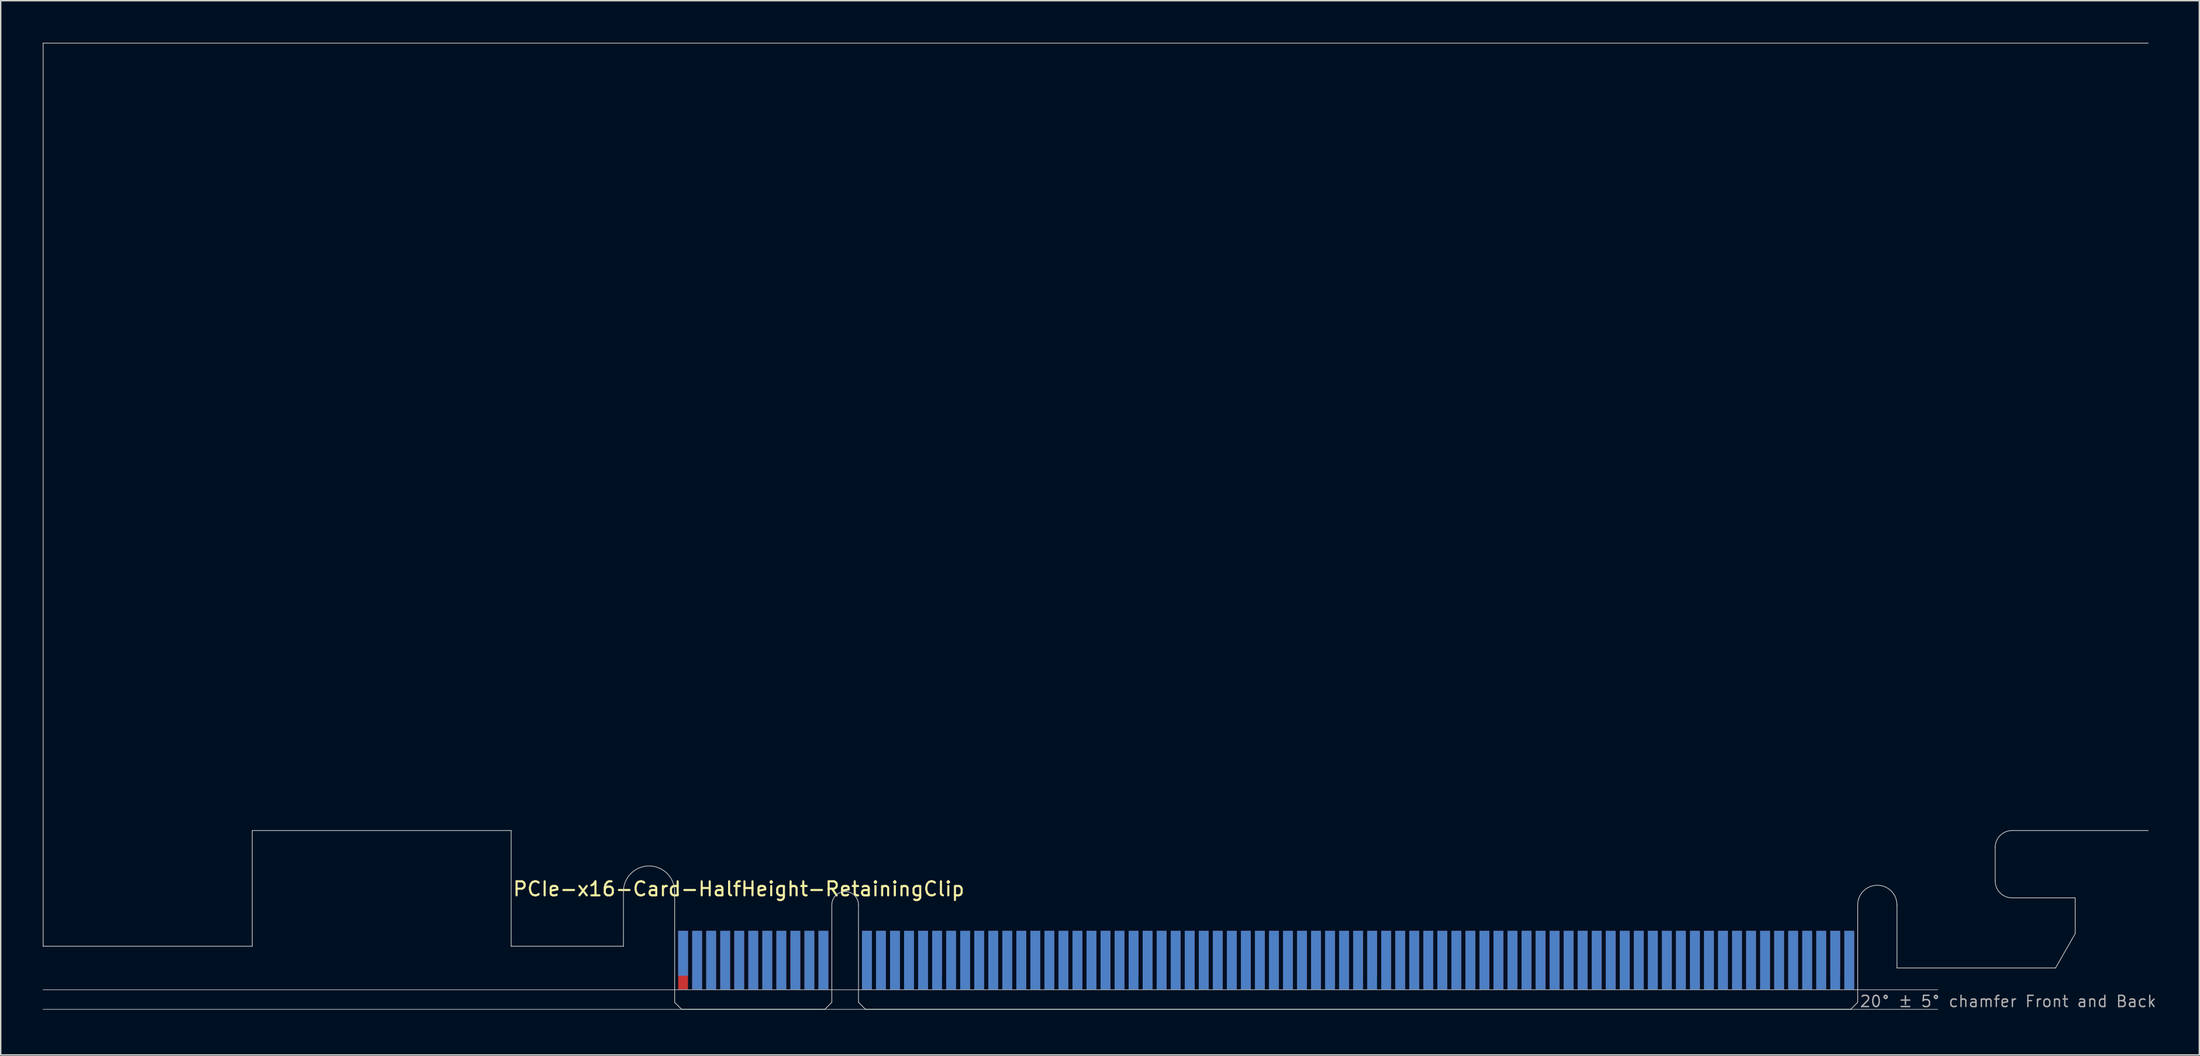
<source format=kicad_pcb>
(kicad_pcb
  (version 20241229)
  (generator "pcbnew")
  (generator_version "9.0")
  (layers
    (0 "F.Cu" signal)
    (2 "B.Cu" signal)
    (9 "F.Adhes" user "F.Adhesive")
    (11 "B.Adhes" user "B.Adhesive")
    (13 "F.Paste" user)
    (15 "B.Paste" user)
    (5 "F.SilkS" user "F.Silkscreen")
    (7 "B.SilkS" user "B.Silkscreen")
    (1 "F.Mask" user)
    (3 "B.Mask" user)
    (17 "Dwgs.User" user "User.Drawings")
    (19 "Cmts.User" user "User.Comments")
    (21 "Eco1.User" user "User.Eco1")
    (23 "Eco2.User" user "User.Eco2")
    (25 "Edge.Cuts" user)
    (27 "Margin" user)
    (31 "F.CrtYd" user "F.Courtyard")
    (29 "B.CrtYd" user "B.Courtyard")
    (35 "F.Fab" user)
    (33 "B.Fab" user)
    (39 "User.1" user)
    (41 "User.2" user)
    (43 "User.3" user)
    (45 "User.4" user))
  (footprint "PCIe-x16-Card-HalfHeight-RetainingClip"
    (layer "F.Cu")
    (at 45.025 68.925)
    (property "Reference" "PCIe-x16-Card-HalfHeight-RetainingClip" (at -11.6 -8 0) (layer "F.SilkS") (effects (font (size 1 1) (thickness 0.15)) (justify left bottom)))
    (attr exclude_from_pos_files exclude_from_bom)
    (fp_poly (pts (xy -3.65 -4.5) (xy -11.65 -4.5) (xy -11.65 -7.95) (xy -3.65 -7.95)) (stroke (width 0.1) (type solid)) (fill yes) (layer "F.Mask"))
    (fp_poly (pts (xy 11.2 -5.45) (xy 0 -5.45) (xy 0 0) (xy 11.2 0)) (stroke (width 0.1) (type solid)) (fill yes) (layer "F.Mask"))
    (fp_poly (pts (xy 84.3 -5.45) (xy 13.1 -5.45) (xy 13.1 0) (xy 84.3 0)) (stroke (width 0.1) (type solid)) (fill yes) (layer "F.Mask"))
    (fp_poly (pts (xy 99.8 -5.4) (xy 98.4 -2.95) (xy 87.1 -2.95) (xy 87.1 -7.95) (xy 99.8 -7.95)) (stroke (width 0.1) (type solid)) (fill yes) (layer "F.Mask"))
    (fp_poly (pts (xy -3.65 -7.95) (xy -11.65 -7.95) (xy -11.65 -4.5) (xy -3.65 -4.5)) (stroke (width 0.1) (type solid)) (fill yes) (layer "B.Mask"))
    (fp_poly (pts (xy 11.2 0) (xy 0 0) (xy 0 -5.45) (xy 11.2 -5.45)) (stroke (width 0.1) (type solid)) (fill yes) (layer "B.Mask"))
    (fp_poly (pts (xy 84.3 -5.45) (xy 13.1 -5.45) (xy 13.1 0) (xy 84.3 0)) (stroke (width 0.1) (type solid)) (fill yes) (layer "B.Mask"))
    (fp_poly (pts (xy 99.8 -5.4) (xy 98.4 -2.95) (xy 87.1 -2.95) (xy 87.1 -7.95) (xy 99.8 -7.95)) (stroke (width 0.1) (type solid)) (fill yes) (layer "B.Mask"))
    (fp_line (start -45 -68.9) (end 105 -68.9) (stroke (width 0.05) (type solid)) (layer "Edge.Cuts"))
    (fp_line (start -45 -4.5) (end -45 -68.9) (stroke (width 0.05) (type solid)) (layer "Edge.Cuts"))
    (fp_line (start -30.1 -12.75) (end -30.1 -4.5) (stroke (width 0.05) (type solid)) (layer "Edge.Cuts"))
    (fp_line (start -30.1 -4.5) (end -45 -4.5) (stroke (width 0.05) (type solid)) (layer "Edge.Cuts"))
    (fp_line (start -11.65 -12.75) (end -30.1 -12.75) (stroke (width 0.05) (type solid)) (layer "Edge.Cuts"))
    (fp_line (start -11.65 -4.5) (end -11.65 -12.75) (stroke (width 0.05) (type solid)) (layer "Edge.Cuts"))
    (fp_line (start -3.65 -4.5) (end -11.65 -4.5) (stroke (width 0.05) (type solid)) (layer "Edge.Cuts"))
    (fp_line (start -3.65 -4.5) (end -3.65 -8.4) (stroke (width 0.05) (type solid)) (layer "Edge.Cuts"))
    (fp_line (start 0 -0.5) (end 0 -8.4) (stroke (width 0.05) (type solid)) (layer "Edge.Cuts"))
    (fp_line (start 0.5 0) (end 0 -0.5) (stroke (width 0.05) (type solid)) (layer "Edge.Cuts"))
    (fp_line (start 0.5 0) (end 10.7 0) (stroke (width 0.05) (type solid)) (layer "Edge.Cuts"))
    (fp_line (start 10.7 0) (end 11.2 -0.5) (stroke (width 0.05) (type solid)) (layer "Edge.Cuts"))
    (fp_line (start 11.2 -0.5) (end 11.2 -7.45) (stroke (width 0.05) (type solid)) (layer "Edge.Cuts"))
    (fp_line (start 13.1 -0.5) (end 13.1 -7.45) (stroke (width 0.05) (type solid)) (layer "Edge.Cuts"))
    (fp_line (start 13.6 0) (end 13.1 -0.5) (stroke (width 0.05) (type solid)) (layer "Edge.Cuts"))
    (fp_line (start 83.8 0) (end 13.6 0) (stroke (width 0.05) (type solid)) (layer "Edge.Cuts"))
    (fp_line (start 83.8 0) (end 84.3 -0.5) (stroke (width 0.05) (type solid)) (layer "Edge.Cuts"))
    (fp_line (start 84.3 -0.5) (end 84.3 -7.45) (stroke (width 0.05) (type solid)) (layer "Edge.Cuts"))
    (fp_line (start 87.1 -7.45) (end 87.1 -2.95) (stroke (width 0.05) (type solid)) (layer "Edge.Cuts"))
    (fp_line (start 87.1 -2.95) (end 98.4 -2.95) (stroke (width 0.05) (type solid)) (layer "Edge.Cuts"))
    (fp_line (start 94.1 -11.55) (end 94.1 -9.15) (stroke (width 0.05) (type solid)) (layer "Edge.Cuts"))
    (fp_line (start 95.3 -12.75) (end 105 -12.75) (stroke (width 0.05) (type solid)) (layer "Edge.Cuts"))
    (fp_line (start 98.4 -2.95) (end 99.8 -5.4) (stroke (width 0.05) (type solid)) (layer "Edge.Cuts"))
    (fp_line (start 99.8 -7.95) (end 95.3 -7.95) (stroke (width 0.05) (type solid)) (layer "Edge.Cuts"))
    (fp_line (start 99.8 -5.4) (end 99.8 -7.95) (stroke (width 0.05) (type solid)) (layer "Edge.Cuts"))
    (fp_arc (start -3.65 -8.4) (mid -1.825 -10.225) (end 0 -8.4) (stroke (width 0.05) (type solid)) (layer "Edge.Cuts"))
    (fp_arc (start 11.2 -7.45) (mid 12.15 -8.4) (end 13.1 -7.45) (stroke (width 0.05) (type solid)) (layer "Edge.Cuts"))
    (fp_arc (start 84.3 -7.45) (mid 85.7 -8.85) (end 87.1 -7.45) (stroke (width 0.05) (type solid)) (layer "Edge.Cuts"))
    (fp_arc (start 94.1 -11.55) (mid 94.451472 -12.398528) (end 95.3 -12.75) (stroke (width 0.05) (type solid)) (layer "Edge.Cuts"))
    (fp_arc (start 95.3 -7.95) (mid 94.451472 -8.301472) (end 94.1 -9.15) (stroke (width 0.05) (type solid)) (layer "Edge.Cuts"))
    (fp_line (start -45 -1.4) (end 90 -1.4) (stroke (width 0.05) (type solid)) (layer "F.Fab"))
    (fp_line (start -45 0) (end 90 0) (stroke (width 0.05) (type solid)) (layer "F.Fab"))
    (fp_text user "20° ± 5° chamfer Front and Back" (at 84.4 -0.1 0) (layer "F.Fab") (effects (font (size 0.8 0.8) (thickness 0.1)) (justify left bottom)))
    (pad "A1" smd rect (at 0.6 -4) (size 0.7 3.2) (layers "B.Cu"))
    (pad "A2" smd rect (at 1.6 -3.5) (size 0.7 4.2) (layers "B.Cu"))
    (pad "A3" smd rect (at 2.6 -3.5) (size 0.7 4.2) (layers "B.Cu"))
    (pad "A4" smd rect (at 3.6 -3.5) (size 0.7 4.2) (layers "B.Cu"))
    (pad "A5" smd rect (at 4.6 -3.5) (size 0.7 4.2) (layers "B.Cu"))
    (pad "A6" smd rect (at 5.6 -3.5) (size 0.7 4.2) (layers "B.Cu"))
    (pad "A7" smd rect (at 6.6 -3.5) (size 0.7 4.2) (layers "B.Cu"))
    (pad "A8" smd rect (at 7.6 -3.5) (size 0.7 4.2) (layers "B.Cu"))
    (pad "A9" smd rect (at 8.6 -3.5) (size 0.7 4.2) (layers "B.Cu"))
    (pad "A10" smd rect (at 9.6 -3.5) (size 0.7 4.2) (layers "B.Cu"))
    (pad "A11" smd rect (at 10.6 -3.5) (size 0.7 4.2) (layers "B.Cu"))
    (pad "A12" smd rect (at 13.7 -3.5) (size 0.7 4.2) (layers "B.Cu"))
    (pad "A13" smd rect (at 14.7 -3.5) (size 0.7 4.2) (layers "B.Cu"))
    (pad "A14" smd rect (at 15.7 -3.5) (size 0.7 4.2) (layers "B.Cu"))
    (pad "A15" smd rect (at 16.7 -3.5) (size 0.7 4.2) (layers "B.Cu"))
    (pad "A16" smd rect (at 17.7 -3.5) (size 0.7 4.2) (layers "B.Cu"))
    (pad "A17" smd rect (at 18.7 -3.5) (size 0.7 4.2) (layers "B.Cu"))
    (pad "A18" smd rect (at 19.7 -3.5) (size 0.7 4.2) (layers "B.Cu"))
    (pad "A19" smd rect (at 20.7 -3.5) (size 0.7 4.2) (layers "B.Cu"))
    (pad "A20" smd rect (at 21.7 -3.5) (size 0.7 4.2) (layers "B.Cu"))
    (pad "A21" smd rect (at 22.7 -3.5) (size 0.7 4.2) (layers "B.Cu"))
    (pad "A22" smd rect (at 23.7 -3.5) (size 0.7 4.2) (layers "B.Cu"))
    (pad "A23" smd rect (at 24.7 -3.5) (size 0.7 4.2) (layers "B.Cu"))
    (pad "A24" smd rect (at 25.7 -3.5) (size 0.7 4.2) (layers "B.Cu"))
    (pad "A25" smd rect (at 26.7 -3.5) (size 0.7 4.2) (layers "B.Cu"))
    (pad "A26" smd rect (at 27.7 -3.5) (size 0.7 4.2) (layers "B.Cu"))
    (pad "A27" smd rect (at 28.7 -3.5) (size 0.7 4.2) (layers "B.Cu"))
    (pad "A28" smd rect (at 29.7 -3.5) (size 0.7 4.2) (layers "B.Cu"))
    (pad "A29" smd rect (at 30.7 -3.5) (size 0.7 4.2) (layers "B.Cu"))
    (pad "A30" smd rect (at 31.7 -3.5) (size 0.7 4.2) (layers "B.Cu"))
    (pad "A31" smd rect (at 32.7 -3.5) (size 0.7 4.2) (layers "B.Cu"))
    (pad "A32" smd rect (at 33.7 -3.5) (size 0.7 4.2) (layers "B.Cu"))
    (pad "A33" smd rect (at 34.7 -3.5) (size 0.7 4.2) (layers "B.Cu"))
    (pad "A34" smd rect (at 35.7 -3.5) (size 0.7 4.2) (layers "B.Cu"))
    (pad "A35" smd rect (at 36.7 -3.5) (size 0.7 4.2) (layers "B.Cu"))
    (pad "A36" smd rect (at 37.7 -3.5) (size 0.7 4.2) (layers "B.Cu"))
    (pad "A37" smd rect (at 38.7 -3.5) (size 0.7 4.2) (layers "B.Cu"))
    (pad "A38" smd rect (at 39.7 -3.5) (size 0.7 4.2) (layers "B.Cu"))
    (pad "A39" smd rect (at 40.7 -3.5) (size 0.7 4.2) (layers "B.Cu"))
    (pad "A40" smd rect (at 41.7 -3.5) (size 0.7 4.2) (layers "B.Cu"))
    (pad "A41" smd rect (at 42.7 -3.5) (size 0.7 4.2) (layers "B.Cu"))
    (pad "A42" smd rect (at 43.7 -3.5) (size 0.7 4.2) (layers "B.Cu"))
    (pad "A43" smd rect (at 44.7 -3.5) (size 0.7 4.2) (layers "B.Cu"))
    (pad "A44" smd rect (at 45.7 -3.5) (size 0.7 4.2) (layers "B.Cu"))
    (pad "A45" smd rect (at 46.7 -3.5) (size 0.7 4.2) (layers "B.Cu"))
    (pad "A46" smd rect (at 47.7 -3.5) (size 0.7 4.2) (layers "B.Cu"))
    (pad "A47" smd rect (at 48.7 -3.5) (size 0.7 4.2) (layers "B.Cu"))
    (pad "A48" smd rect (at 49.7 -3.5) (size 0.7 4.2) (layers "B.Cu"))
    (pad "A49" smd rect (at 50.7 -3.5) (size 0.7 4.2) (layers "B.Cu"))
    (pad "A50" smd rect (at 51.7 -3.5) (size 0.7 4.2) (layers "B.Cu"))
    (pad "A51" smd rect (at 52.7 -3.5) (size 0.7 4.2) (layers "B.Cu"))
    (pad "A52" smd rect (at 53.7 -3.5) (size 0.7 4.2) (layers "B.Cu"))
    (pad "A53" smd rect (at 54.7 -3.5) (size 0.7 4.2) (layers "B.Cu"))
    (pad "A54" smd rect (at 55.7 -3.5) (size 0.7 4.2) (layers "B.Cu"))
    (pad "A55" smd rect (at 56.7 -3.5) (size 0.7 4.2) (layers "B.Cu"))
    (pad "A56" smd rect (at 57.7 -3.5) (size 0.7 4.2) (layers "B.Cu"))
    (pad "A57" smd rect (at 58.7 -3.5) (size 0.7 4.2) (layers "B.Cu"))
    (pad "A58" smd rect (at 59.7 -3.5) (size 0.7 4.2) (layers "B.Cu"))
    (pad "A59" smd rect (at 60.7 -3.5) (size 0.7 4.2) (layers "B.Cu"))
    (pad "A60" smd rect (at 61.7 -3.5) (size 0.7 4.2) (layers "B.Cu"))
    (pad "A61" smd rect (at 62.7 -3.5) (size 0.7 4.2) (layers "B.Cu"))
    (pad "A62" smd rect (at 63.7 -3.5) (size 0.7 4.2) (layers "B.Cu"))
    (pad "A63" smd rect (at 64.7 -3.5) (size 0.7 4.2) (layers "B.Cu"))
    (pad "A64" smd rect (at 65.7 -3.5) (size 0.7 4.2) (layers "B.Cu"))
    (pad "A65" smd rect (at 66.7 -3.5) (size 0.7 4.2) (layers "B.Cu"))
    (pad "A66" smd rect (at 67.7 -3.5) (size 0.7 4.2) (layers "B.Cu"))
    (pad "A67" smd rect (at 68.7 -3.5) (size 0.7 4.2) (layers "B.Cu"))
    (pad "A68" smd rect (at 69.7 -3.5) (size 0.7 4.2) (layers "B.Cu"))
    (pad "A69" smd rect (at 70.7 -3.5) (size 0.7 4.2) (layers "B.Cu"))
    (pad "A70" smd rect (at 71.7 -3.5) (size 0.7 4.2) (layers "B.Cu"))
    (pad "A71" smd rect (at 72.7 -3.5) (size 0.7 4.2) (layers "B.Cu"))
    (pad "A72" smd rect (at 73.7 -3.5) (size 0.7 4.2) (layers "B.Cu"))
    (pad "A73" smd rect (at 74.7 -3.5) (size 0.7 4.2) (layers "B.Cu"))
    (pad "A74" smd rect (at 75.7 -3.5) (size 0.7 4.2) (layers "B.Cu"))
    (pad "A75" smd rect (at 76.7 -3.5) (size 0.7 4.2) (layers "B.Cu"))
    (pad "A76" smd rect (at 77.7 -3.5) (size 0.7 4.2) (layers "B.Cu"))
    (pad "A77" smd rect (at 78.7 -3.5) (size 0.7 4.2) (layers "B.Cu"))
    (pad "A78" smd rect (at 79.7 -3.5) (size 0.7 4.2) (layers "B.Cu"))
    (pad "A79" smd rect (at 80.7 -3.5) (size 0.7 4.2) (layers "B.Cu"))
    (pad "A80" smd rect (at 81.7 -3.5) (size 0.7 4.2) (layers "B.Cu"))
    (pad "A81" smd rect (at 82.7 -3.5) (size 0.7 4.2) (layers "B.Cu"))
    (pad "A82" smd rect (at 83.7 -3.5) (size 0.7 4.2) (layers "B.Cu"))
    (pad "B1" smd rect (at 0.6 -3.5) (size 0.7 4.2) (layers "F.Cu"))
    (pad "B2" smd rect (at 1.6 -3.5) (size 0.7 4.2) (layers "F.Cu"))
    (pad "B3" smd rect (at 2.6 -3.5) (size 0.7 4.2) (layers "F.Cu"))
    (pad "B4" smd rect (at 3.6 -3.5) (size 0.7 4.2) (layers "F.Cu"))
    (pad "B5" smd rect (at 4.6 -3.5) (size 0.7 4.2) (layers "F.Cu"))
    (pad "B6" smd rect (at 5.6 -3.5) (size 0.7 4.2) (layers "F.Cu"))
    (pad "B7" smd rect (at 6.6 -3.5) (size 0.7 4.2) (layers "F.Cu"))
    (pad "B8" smd rect (at 7.6 -3.5) (size 0.7 4.2) (layers "F.Cu"))
    (pad "B9" smd rect (at 8.6 -3.5) (size 0.7 4.2) (layers "F.Cu"))
    (pad "B10" smd rect (at 9.6 -3.5) (size 0.7 4.2) (layers "F.Cu"))
    (pad "B11" smd rect (at 10.6 -3.5) (size 0.7 4.2) (layers "F.Cu"))
    (pad "B12" smd rect (at 13.7 -3.5) (size 0.7 4.2) (layers "F.Cu"))
    (pad "B13" smd rect (at 14.7 -3.5) (size 0.7 4.2) (layers "F.Cu"))
    (pad "B14" smd rect (at 15.7 -3.5) (size 0.7 4.2) (layers "F.Cu"))
    (pad "B15" smd rect (at 16.7 -3.5) (size 0.7 4.2) (layers "F.Cu"))
    (pad "B16" smd rect (at 17.7 -3.5) (size 0.7 4.2) (layers "F.Cu"))
    (pad "B17" smd rect (at 18.7 -4) (size 0.7 3.2) (layers "F.Cu"))
    (pad "B18" smd rect (at 19.7 -3.5) (size 0.7 4.2) (layers "F.Cu"))
    (pad "B19" smd rect (at 20.7 -3.5) (size 0.7 4.2) (layers "F.Cu"))
    (pad "B20" smd rect (at 21.7 -3.5) (size 0.7 4.2) (layers "F.Cu"))
    (pad "B21" smd rect (at 22.7 -3.5) (size 0.7 4.2) (layers "F.Cu"))
    (pad "B22" smd rect (at 23.7 -3.5) (size 0.7 4.2) (layers "F.Cu"))
    (pad "B23" smd rect (at 24.7 -3.5) (size 0.7 4.2) (layers "F.Cu"))
    (pad "B24" smd rect (at 25.7 -3.5) (size 0.7 4.2) (layers "F.Cu"))
    (pad "B25" smd rect (at 26.7 -3.5) (size 0.7 4.2) (layers "F.Cu"))
    (pad "B26" smd rect (at 27.7 -3.5) (size 0.7 4.2) (layers "F.Cu"))
    (pad "B27" smd rect (at 28.7 -3.5) (size 0.7 4.2) (layers "F.Cu"))
    (pad "B28" smd rect (at 29.7 -3.5) (size 0.7 4.2) (layers "F.Cu"))
    (pad "B29" smd rect (at 30.7 -3.5) (size 0.7 4.2) (layers "F.Cu"))
    (pad "B30" smd rect (at 31.7 -3.5) (size 0.7 4.2) (layers "F.Cu"))
    (pad "B31" smd rect (at 32.7 -4) (size 0.7 3.2) (layers "F.Cu"))
    (pad "B32" smd rect (at 33.7 -3.5) (size 0.7 4.2) (layers "F.Cu"))
    (pad "B33" smd rect (at 34.7 -3.5) (size 0.7 4.2) (layers "F.Cu"))
    (pad "B34" smd rect (at 35.7 -3.5) (size 0.7 4.2) (layers "F.Cu"))
    (pad "B35" smd rect (at 36.7 -3.5) (size 0.7 4.2) (layers "F.Cu"))
    (pad "B36" smd rect (at 37.7 -3.5) (size 0.7 4.2) (layers "F.Cu"))
    (pad "B37" smd rect (at 38.7 -3.5) (size 0.7 4.2) (layers "F.Cu"))
    (pad "B38" smd rect (at 39.7 -3.5) (size 0.7 4.2) (layers "F.Cu"))
    (pad "B39" smd rect (at 40.7 -3.5) (size 0.7 4.2) (layers "F.Cu"))
    (pad "B40" smd rect (at 41.7 -3.5) (size 0.7 4.2) (layers "F.Cu"))
    (pad "B41" smd rect (at 42.7 -3.5) (size 0.7 4.2) (layers "F.Cu"))
    (pad "B42" smd rect (at 43.7 -3.5) (size 0.7 4.2) (layers "F.Cu"))
    (pad "B43" smd rect (at 44.7 -3.5) (size 0.7 4.2) (layers "F.Cu"))
    (pad "B44" smd rect (at 45.7 -3.5) (size 0.7 4.2) (layers "F.Cu"))
    (pad "B45" smd rect (at 46.7 -3.5) (size 0.7 4.2) (layers "F.Cu"))
    (pad "B46" smd rect (at 47.7 -3.5) (size 0.7 4.2) (layers "F.Cu"))
    (pad "B47" smd rect (at 48.7 -3.5) (size 0.7 4.2) (layers "F.Cu"))
    (pad "B48" smd rect (at 49.7 -4) (size 0.7 3.2) (layers "F.Cu"))
    (pad "B49" smd rect (at 50.7 -3.5) (size 0.7 4.2) (layers "F.Cu"))
    (pad "B50" smd rect (at 51.7 -3.5) (size 0.7 4.2) (layers "F.Cu"))
    (pad "B51" smd rect (at 52.7 -3.5) (size 0.7 4.2) (layers "F.Cu"))
    (pad "B52" smd rect (at 53.7 -3.5) (size 0.7 4.2) (layers "F.Cu"))
    (pad "B53" smd rect (at 54.7 -3.5) (size 0.7 4.2) (layers "F.Cu"))
    (pad "B54" smd rect (at 55.7 -3.5) (size 0.7 4.2) (layers "F.Cu"))
    (pad "B55" smd rect (at 56.7 -3.5) (size 0.7 4.2) (layers "F.Cu"))
    (pad "B56" smd rect (at 57.7 -3.5) (size 0.7 4.2) (layers "F.Cu"))
    (pad "B57" smd rect (at 58.7 -3.5) (size 0.7 4.2) (layers "F.Cu"))
    (pad "B58" smd rect (at 59.7 -3.5) (size 0.7 4.2) (layers "F.Cu"))
    (pad "B59" smd rect (at 60.7 -3.5) (size 0.7 4.2) (layers "F.Cu"))
    (pad "B60" smd rect (at 61.7 -3.5) (size 0.7 4.2) (layers "F.Cu"))
    (pad "B61" smd rect (at 62.7 -3.5) (size 0.7 4.2) (layers "F.Cu"))
    (pad "B62" smd rect (at 63.7 -3.5) (size 0.7 4.2) (layers "F.Cu"))
    (pad "B63" smd rect (at 64.7 -3.5) (size 0.7 4.2) (layers "F.Cu"))
    (pad "B64" smd rect (at 65.7 -3.5) (size 0.7 4.2) (layers "F.Cu"))
    (pad "B65" smd rect (at 66.7 -3.5) (size 0.7 4.2) (layers "F.Cu"))
    (pad "B66" smd rect (at 67.7 -3.5) (size 0.7 4.2) (layers "F.Cu"))
    (pad "B67" smd rect (at 68.7 -3.5) (size 0.7 4.2) (layers "F.Cu"))
    (pad "B68" smd rect (at 69.7 -3.5) (size 0.7 4.2) (layers "F.Cu"))
    (pad "B69" smd rect (at 70.7 -3.5) (size 0.7 4.2) (layers "F.Cu"))
    (pad "B70" smd rect (at 71.7 -3.5) (size 0.7 4.2) (layers "F.Cu"))
    (pad "B71" smd rect (at 72.7 -3.5) (size 0.7 4.2) (layers "F.Cu"))
    (pad "B72" smd rect (at 73.7 -3.5) (size 0.7 4.2) (layers "F.Cu"))
    (pad "B73" smd rect (at 74.7 -3.5) (size 0.7 4.2) (layers "F.Cu"))
    (pad "B74" smd rect (at 75.7 -3.5) (size 0.7 4.2) (layers "F.Cu"))
    (pad "B75" smd rect (at 76.7 -3.5) (size 0.7 4.2) (layers "F.Cu"))
    (pad "B76" smd rect (at 77.7 -3.5) (size 0.7 4.2) (layers "F.Cu"))
    (pad "B77" smd rect (at 78.7 -3.5) (size 0.7 4.2) (layers "F.Cu"))
    (pad "B78" smd rect (at 79.7 -3.5) (size 0.7 4.2) (layers "F.Cu"))
    (pad "B79" smd rect (at 80.7 -3.5) (size 0.7 4.2) (layers "F.Cu"))
    (pad "B80" smd rect (at 81.7 -3.5) (size 0.7 4.2) (layers "F.Cu"))
    (pad "B81" smd rect (at 82.7 -4) (size 0.7 3.2) (layers "F.Cu"))
    (pad "B82" smd rect (at 83.7 -3.5) (size 0.7 4.2) (layers "F.Cu")))
  (gr_rect
    (start -3 -3)
    (end 153.67 72.175)
    (stroke (width 0.1) (type default))
    (fill no)
    (layer "Edge.Cuts")))
</source>
